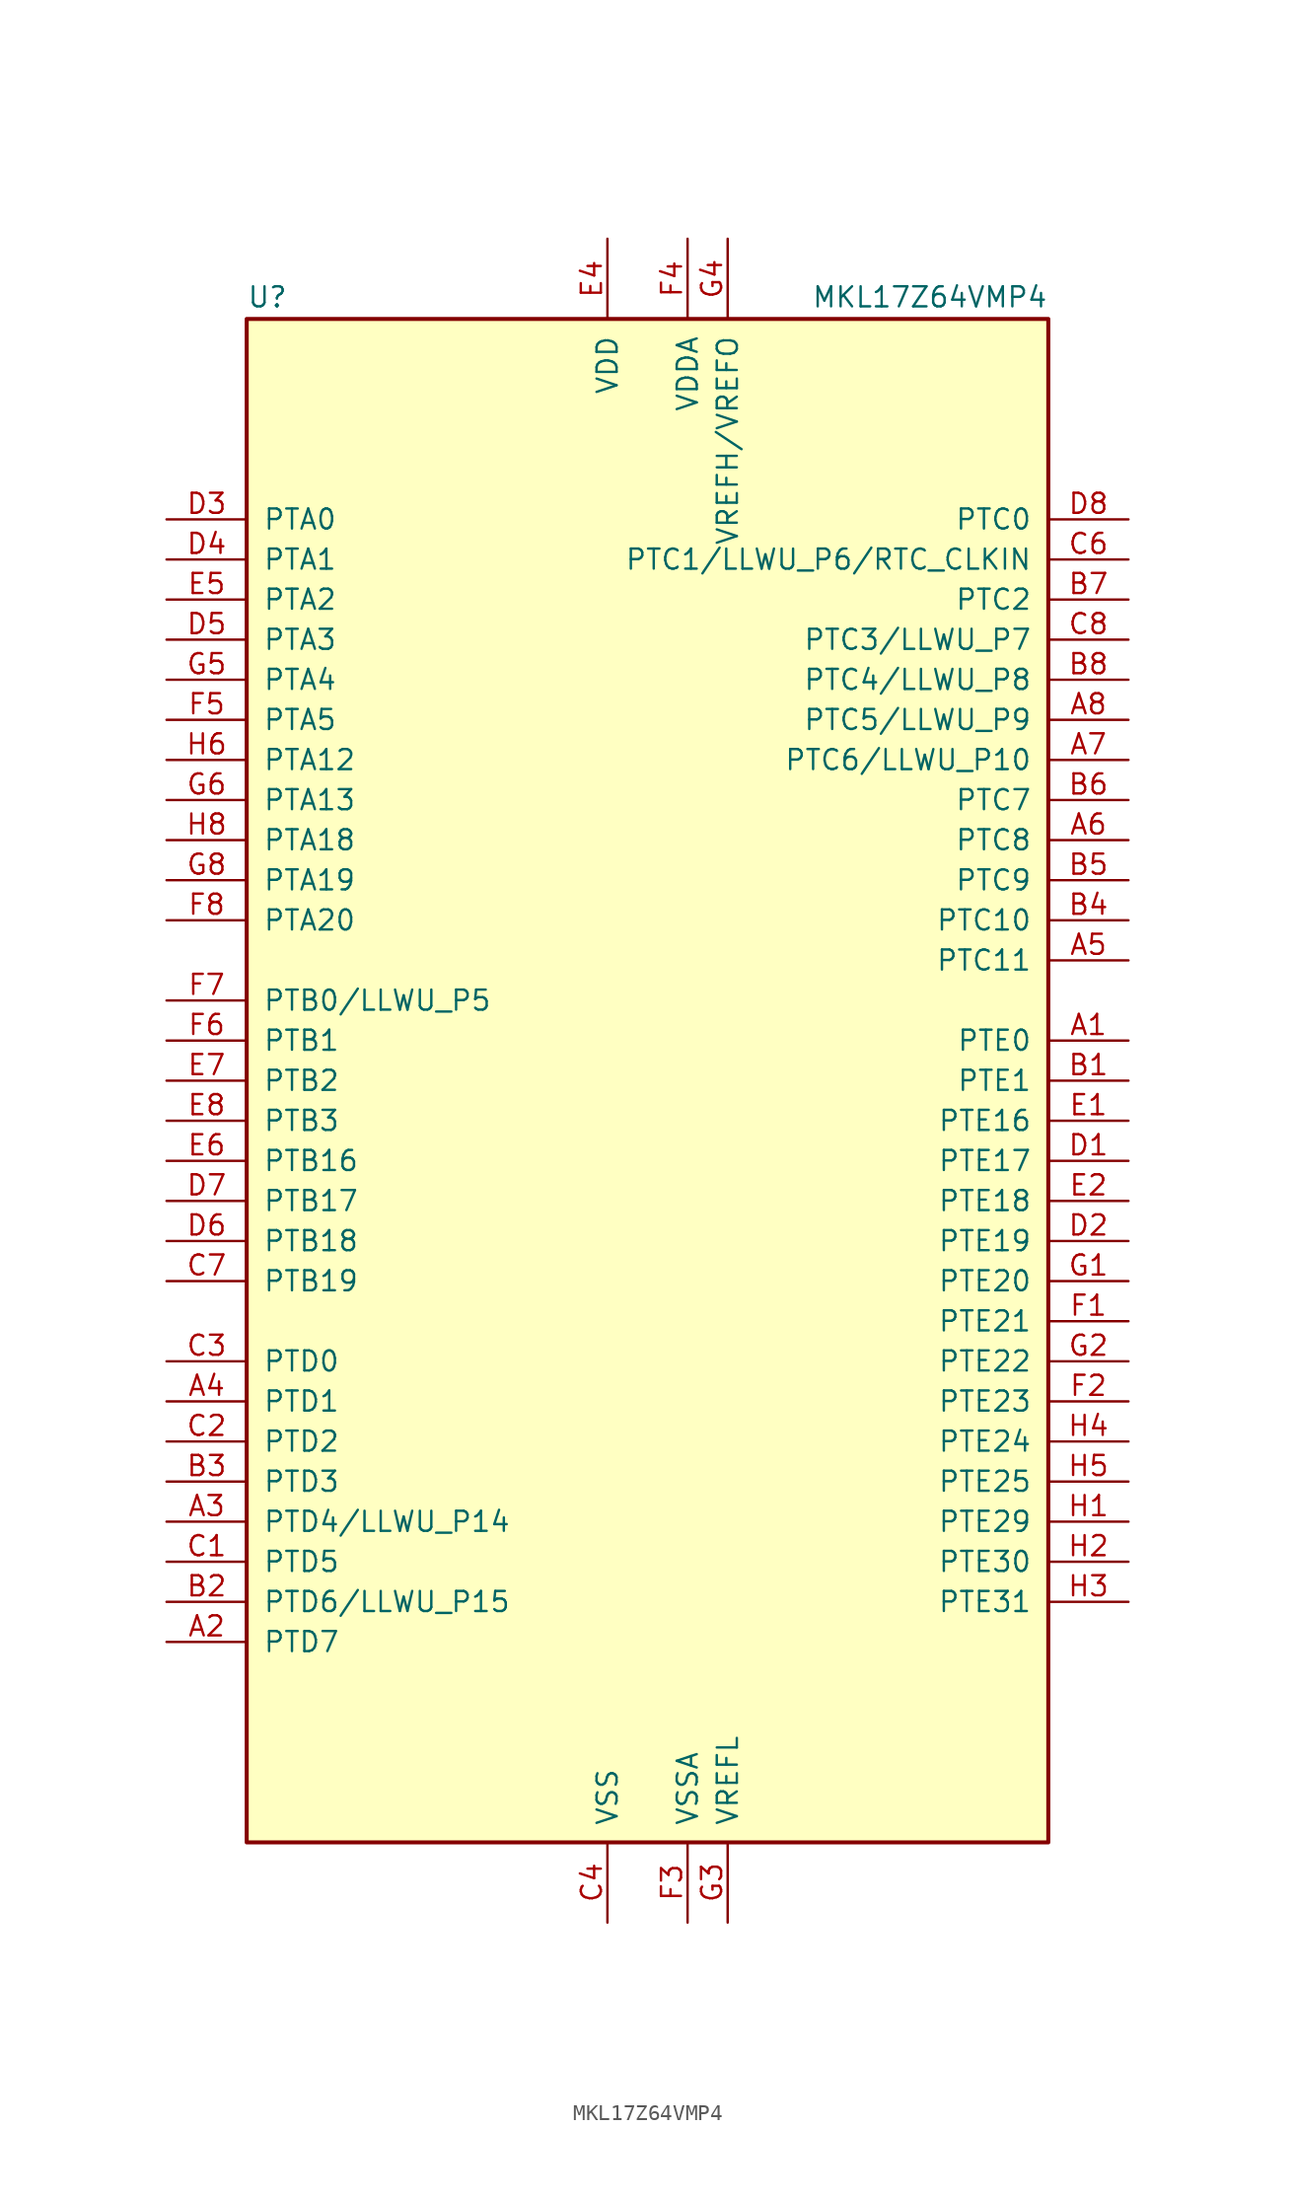
<source format=kicad_sym>
(kicad_symbol_lib
  (version 20220914)
  (generator kicad_symbol_editor)
  (symbol "MKL17Z64VMP4"
    (pin_names
      (offset 1.016))
    (property "Reference" "U"
      (at -25.4 48.895 0)
      (effects (font (size 1.27 1.27)) (justify left bottom)))
    (property "Value" "MKL17Z64VMP4"
      (at 25.4 48.895 0)
      (effects (font (size 1.27 1.27)) (justify right bottom)))
    (symbol "MKL17Z64VMP4_0_1"
      (rectangle (start -25.4 48.26) (end 25.4 -48.26) (stroke (width 0.254) (type default)) (fill (type background))))
    (symbol "MKL17Z64VMP4_1_1"
      (pin bidirectional line (at 30.48 2.54 180) (length 5.08) (name "PTE0" (effects (font (size 1.27 1.27)))) (number "A1" (effects (font (size 1.27 1.27)))))
      (pin bidirectional line (at -30.48 -35.56 0) (length 5.08) (name "PTD7" (effects (font (size 1.27 1.27)))) (number "A2" (effects (font (size 1.27 1.27)))))
      (pin bidirectional line (at -30.48 -27.94 0) (length 5.08) (name "PTD4/LLWU_P14" (effects (font (size 1.27 1.27)))) (number "A3" (effects (font (size 1.27 1.27)))))
      (pin bidirectional line (at -30.48 -20.32 0) (length 5.08) (name "PTD1" (effects (font (size 1.27 1.27)))) (number "A4" (effects (font (size 1.27 1.27)))))
      (pin bidirectional line (at 30.48 7.62 180) (length 5.08) (name "PTC11" (effects (font (size 1.27 1.27)))) (number "A5" (effects (font (size 1.27 1.27)))))
      (pin bidirectional line (at 30.48 15.24 180) (length 5.08) (name "PTC8" (effects (font (size 1.27 1.27)))) (number "A6" (effects (font (size 1.27 1.27)))))
      (pin bidirectional line (at 30.48 20.32 180) (length 5.08) (name "PTC6/LLWU_P10" (effects (font (size 1.27 1.27)))) (number "A7" (effects (font (size 1.27 1.27)))))
      (pin bidirectional line (at 30.48 22.86 180) (length 5.08) (name "PTC5/LLWU_P9" (effects (font (size 1.27 1.27)))) (number "A8" (effects (font (size 1.27 1.27)))))
      (pin bidirectional line (at 30.48 0 180) (length 5.08) (name "PTE1" (effects (font (size 1.27 1.27)))) (number "B1" (effects (font (size 1.27 1.27)))))
      (pin bidirectional line (at -30.48 -33.02 0) (length 5.08) (name "PTD6/LLWU_P15" (effects (font (size 1.27 1.27)))) (number "B2" (effects (font (size 1.27 1.27)))))
      (pin bidirectional line (at -30.48 -25.4 0) (length 5.08) (name "PTD3" (effects (font (size 1.27 1.27)))) (number "B3" (effects (font (size 1.27 1.27)))))
      (pin bidirectional line (at 30.48 10.16 180) (length 5.08) (name "PTC10" (effects (font (size 1.27 1.27)))) (number "B4" (effects (font (size 1.27 1.27)))))
      (pin bidirectional line (at 30.48 12.7 180) (length 5.08) (name "PTC9" (effects (font (size 1.27 1.27)))) (number "B5" (effects (font (size 1.27 1.27)))))
      (pin bidirectional line (at 30.48 17.78 180) (length 5.08) (name "PTC7" (effects (font (size 1.27 1.27)))) (number "B6" (effects (font (size 1.27 1.27)))))
      (pin bidirectional line (at 30.48 30.48 180) (length 5.08) (name "PTC2" (effects (font (size 1.27 1.27)))) (number "B7" (effects (font (size 1.27 1.27)))))
      (pin bidirectional line (at 30.48 25.4 180) (length 5.08) (name "PTC4/LLWU_P8" (effects (font (size 1.27 1.27)))) (number "B8" (effects (font (size 1.27 1.27)))))
      (pin bidirectional line (at -30.48 -30.48 0) (length 5.08) (name "PTD5" (effects (font (size 1.27 1.27)))) (number "C1" (effects (font (size 1.27 1.27)))))
      (pin bidirectional line (at -30.48 -22.86 0) (length 5.08) (name "PTD2" (effects (font (size 1.27 1.27)))) (number "C2" (effects (font (size 1.27 1.27)))))
      (pin bidirectional line (at -30.48 -17.78 0) (length 5.08) (name "PTD0" (effects (font (size 1.27 1.27)))) (number "C3" (effects (font (size 1.27 1.27)))))
      (pin power_in line (at -2.54 -53.34 90) (length 5.08) (name "VSS" (effects (font (size 1.27 1.27)))) (number "C4" (effects (font (size 1.27 1.27)))))
      (pin no_connect line (at -15.24 -53.34 90) (length 5.08) hide (name "NC" (effects (font (size 1.27 1.27)))) (number "C5" (effects (font (size 1.27 1.27)))))
      (pin bidirectional line (at 30.48 33.02 180) (length 5.08) (name "PTC1/LLWU_P6/RTC_CLKIN" (effects (font (size 1.27 1.27)))) (number "C6" (effects (font (size 1.27 1.27)))))
      (pin bidirectional line (at -30.48 -12.7 0) (length 5.08) (name "PTB19" (effects (font (size 1.27 1.27)))) (number "C7" (effects (font (size 1.27 1.27)))))
      (pin bidirectional line (at 30.48 27.94 180) (length 5.08) (name "PTC3/LLWU_P7" (effects (font (size 1.27 1.27)))) (number "C8" (effects (font (size 1.27 1.27)))))
      (pin bidirectional line (at 30.48 -5.08 180) (length 5.08) (name "PTE17" (effects (font (size 1.27 1.27)))) (number "D1" (effects (font (size 1.27 1.27)))))
      (pin bidirectional line (at 30.48 -10.16 180) (length 5.08) (name "PTE19" (effects (font (size 1.27 1.27)))) (number "D2" (effects (font (size 1.27 1.27)))))
      (pin bidirectional line (at -30.48 35.56 0) (length 5.08) (name "PTA0" (effects (font (size 1.27 1.27)))) (number "D3" (effects (font (size 1.27 1.27)))))
      (pin bidirectional line (at -30.48 33.02 0) (length 5.08) (name "PTA1" (effects (font (size 1.27 1.27)))) (number "D4" (effects (font (size 1.27 1.27)))))
      (pin bidirectional line (at -30.48 27.94 0) (length 5.08) (name "PTA3" (effects (font (size 1.27 1.27)))) (number "D5" (effects (font (size 1.27 1.27)))))
      (pin bidirectional line (at -30.48 -10.16 0) (length 5.08) (name "PTB18" (effects (font (size 1.27 1.27)))) (number "D6" (effects (font (size 1.27 1.27)))))
      (pin bidirectional line (at -30.48 -7.62 0) (length 5.08) (name "PTB17" (effects (font (size 1.27 1.27)))) (number "D7" (effects (font (size 1.27 1.27)))))
      (pin bidirectional line (at 30.48 35.56 180) (length 5.08) (name "PTC0" (effects (font (size 1.27 1.27)))) (number "D8" (effects (font (size 1.27 1.27)))))
      (pin bidirectional line (at 30.48 -2.54 180) (length 5.08) (name "PTE16" (effects (font (size 1.27 1.27)))) (number "E1" (effects (font (size 1.27 1.27)))))
      (pin bidirectional line (at 30.48 -7.62 180) (length 5.08) (name "PTE18" (effects (font (size 1.27 1.27)))) (number "E2" (effects (font (size 1.27 1.27)))))
      (pin passive line (at -2.54 -53.34 90) (length 5.08) hide (name "VSS" (effects (font (size 1.27 1.27)))) (number "E3" (effects (font (size 1.27 1.27)))))
      (pin power_in line (at -2.54 53.34 270) (length 5.08) (name "VDD" (effects (font (size 1.27 1.27)))) (number "E4" (effects (font (size 1.27 1.27)))))
      (pin bidirectional line (at -30.48 30.48 0) (length 5.08) (name "PTA2" (effects (font (size 1.27 1.27)))) (number "E5" (effects (font (size 1.27 1.27)))))
      (pin bidirectional line (at -30.48 -5.08 0) (length 5.08) (name "PTB16" (effects (font (size 1.27 1.27)))) (number "E6" (effects (font (size 1.27 1.27)))))
      (pin bidirectional line (at -30.48 0 0) (length 5.08) (name "PTB2" (effects (font (size 1.27 1.27)))) (number "E7" (effects (font (size 1.27 1.27)))))
      (pin bidirectional line (at -30.48 -2.54 0) (length 5.08) (name "PTB3" (effects (font (size 1.27 1.27)))) (number "E8" (effects (font (size 1.27 1.27)))))
      (pin bidirectional line (at 30.48 -15.24 180) (length 5.08) (name "PTE21" (effects (font (size 1.27 1.27)))) (number "F1" (effects (font (size 1.27 1.27)))))
      (pin bidirectional line (at 30.48 -20.32 180) (length 5.08) (name "PTE23" (effects (font (size 1.27 1.27)))) (number "F2" (effects (font (size 1.27 1.27)))))
      (pin power_in line (at 2.54 -53.34 90) (length 5.08) (name "VSSA" (effects (font (size 1.27 1.27)))) (number "F3" (effects (font (size 1.27 1.27)))))
      (pin power_in line (at 2.54 53.34 270) (length 5.08) (name "VDDA" (effects (font (size 1.27 1.27)))) (number "F4" (effects (font (size 1.27 1.27)))))
      (pin bidirectional line (at -30.48 22.86 0) (length 5.08) (name "PTA5" (effects (font (size 1.27 1.27)))) (number "F5" (effects (font (size 1.27 1.27)))))
      (pin bidirectional line (at -30.48 2.54 0) (length 5.08) (name "PTB1" (effects (font (size 1.27 1.27)))) (number "F6" (effects (font (size 1.27 1.27)))))
      (pin bidirectional line (at -30.48 5.08 0) (length 5.08) (name "PTB0/LLWU_P5" (effects (font (size 1.27 1.27)))) (number "F7" (effects (font (size 1.27 1.27)))))
      (pin bidirectional line (at -30.48 10.16 0) (length 5.08) (name "PTA20" (effects (font (size 1.27 1.27)))) (number "F8" (effects (font (size 1.27 1.27)))))
      (pin bidirectional line (at 30.48 -12.7 180) (length 5.08) (name "PTE20" (effects (font (size 1.27 1.27)))) (number "G1" (effects (font (size 1.27 1.27)))))
      (pin bidirectional line (at 30.48 -17.78 180) (length 5.08) (name "PTE22" (effects (font (size 1.27 1.27)))) (number "G2" (effects (font (size 1.27 1.27)))))
      (pin power_in line (at 5.08 -53.34 90) (length 5.08) (name "VREFL" (effects (font (size 1.27 1.27)))) (number "G3" (effects (font (size 1.27 1.27)))))
      (pin power_in line (at 5.08 53.34 270) (length 5.08) (name "VREFH/VREFO" (effects (font (size 1.27 1.27)))) (number "G4" (effects (font (size 1.27 1.27)))))
      (pin bidirectional line (at -30.48 25.4 0) (length 5.08) (name "PTA4" (effects (font (size 1.27 1.27)))) (number "G5" (effects (font (size 1.27 1.27)))))
      (pin bidirectional line (at -30.48 17.78 0) (length 5.08) (name "PTA13" (effects (font (size 1.27 1.27)))) (number "G6" (effects (font (size 1.27 1.27)))))
      (pin passive line (at -2.54 53.34 270) (length 5.08) hide (name "VDD" (effects (font (size 1.27 1.27)))) (number "G7" (effects (font (size 1.27 1.27)))))
      (pin bidirectional line (at -30.48 12.7 0) (length 5.08) (name "PTA19" (effects (font (size 1.27 1.27)))) (number "G8" (effects (font (size 1.27 1.27)))))
      (pin bidirectional line (at 30.48 -27.94 180) (length 5.08) (name "PTE29" (effects (font (size 1.27 1.27)))) (number "H1" (effects (font (size 1.27 1.27)))))
      (pin bidirectional line (at 30.48 -30.48 180) (length 5.08) (name "PTE30" (effects (font (size 1.27 1.27)))) (number "H2" (effects (font (size 1.27 1.27)))))
      (pin bidirectional line (at 30.48 -33.02 180) (length 5.08) (name "PTE31" (effects (font (size 1.27 1.27)))) (number "H3" (effects (font (size 1.27 1.27)))))
      (pin bidirectional line (at 30.48 -22.86 180) (length 5.08) (name "PTE24" (effects (font (size 1.27 1.27)))) (number "H4" (effects (font (size 1.27 1.27)))))
      (pin bidirectional line (at 30.48 -25.4 180) (length 5.08) (name "PTE25" (effects (font (size 1.27 1.27)))) (number "H5" (effects (font (size 1.27 1.27)))))
      (pin bidirectional line (at -30.48 20.32 0) (length 5.08) (name "PTA12" (effects (font (size 1.27 1.27)))) (number "H6" (effects (font (size 1.27 1.27)))))
      (pin passive line (at -2.54 -53.34 90) (length 5.08) hide (name "VSS" (effects (font (size 1.27 1.27)))) (number "H7" (effects (font (size 1.27 1.27)))))
      (pin bidirectional line (at -30.48 15.24 0) (length 5.08) (name "PTA18" (effects (font (size 1.27 1.27)))) (number "H8" (effects (font (size 1.27 1.27))))))))
</source>
